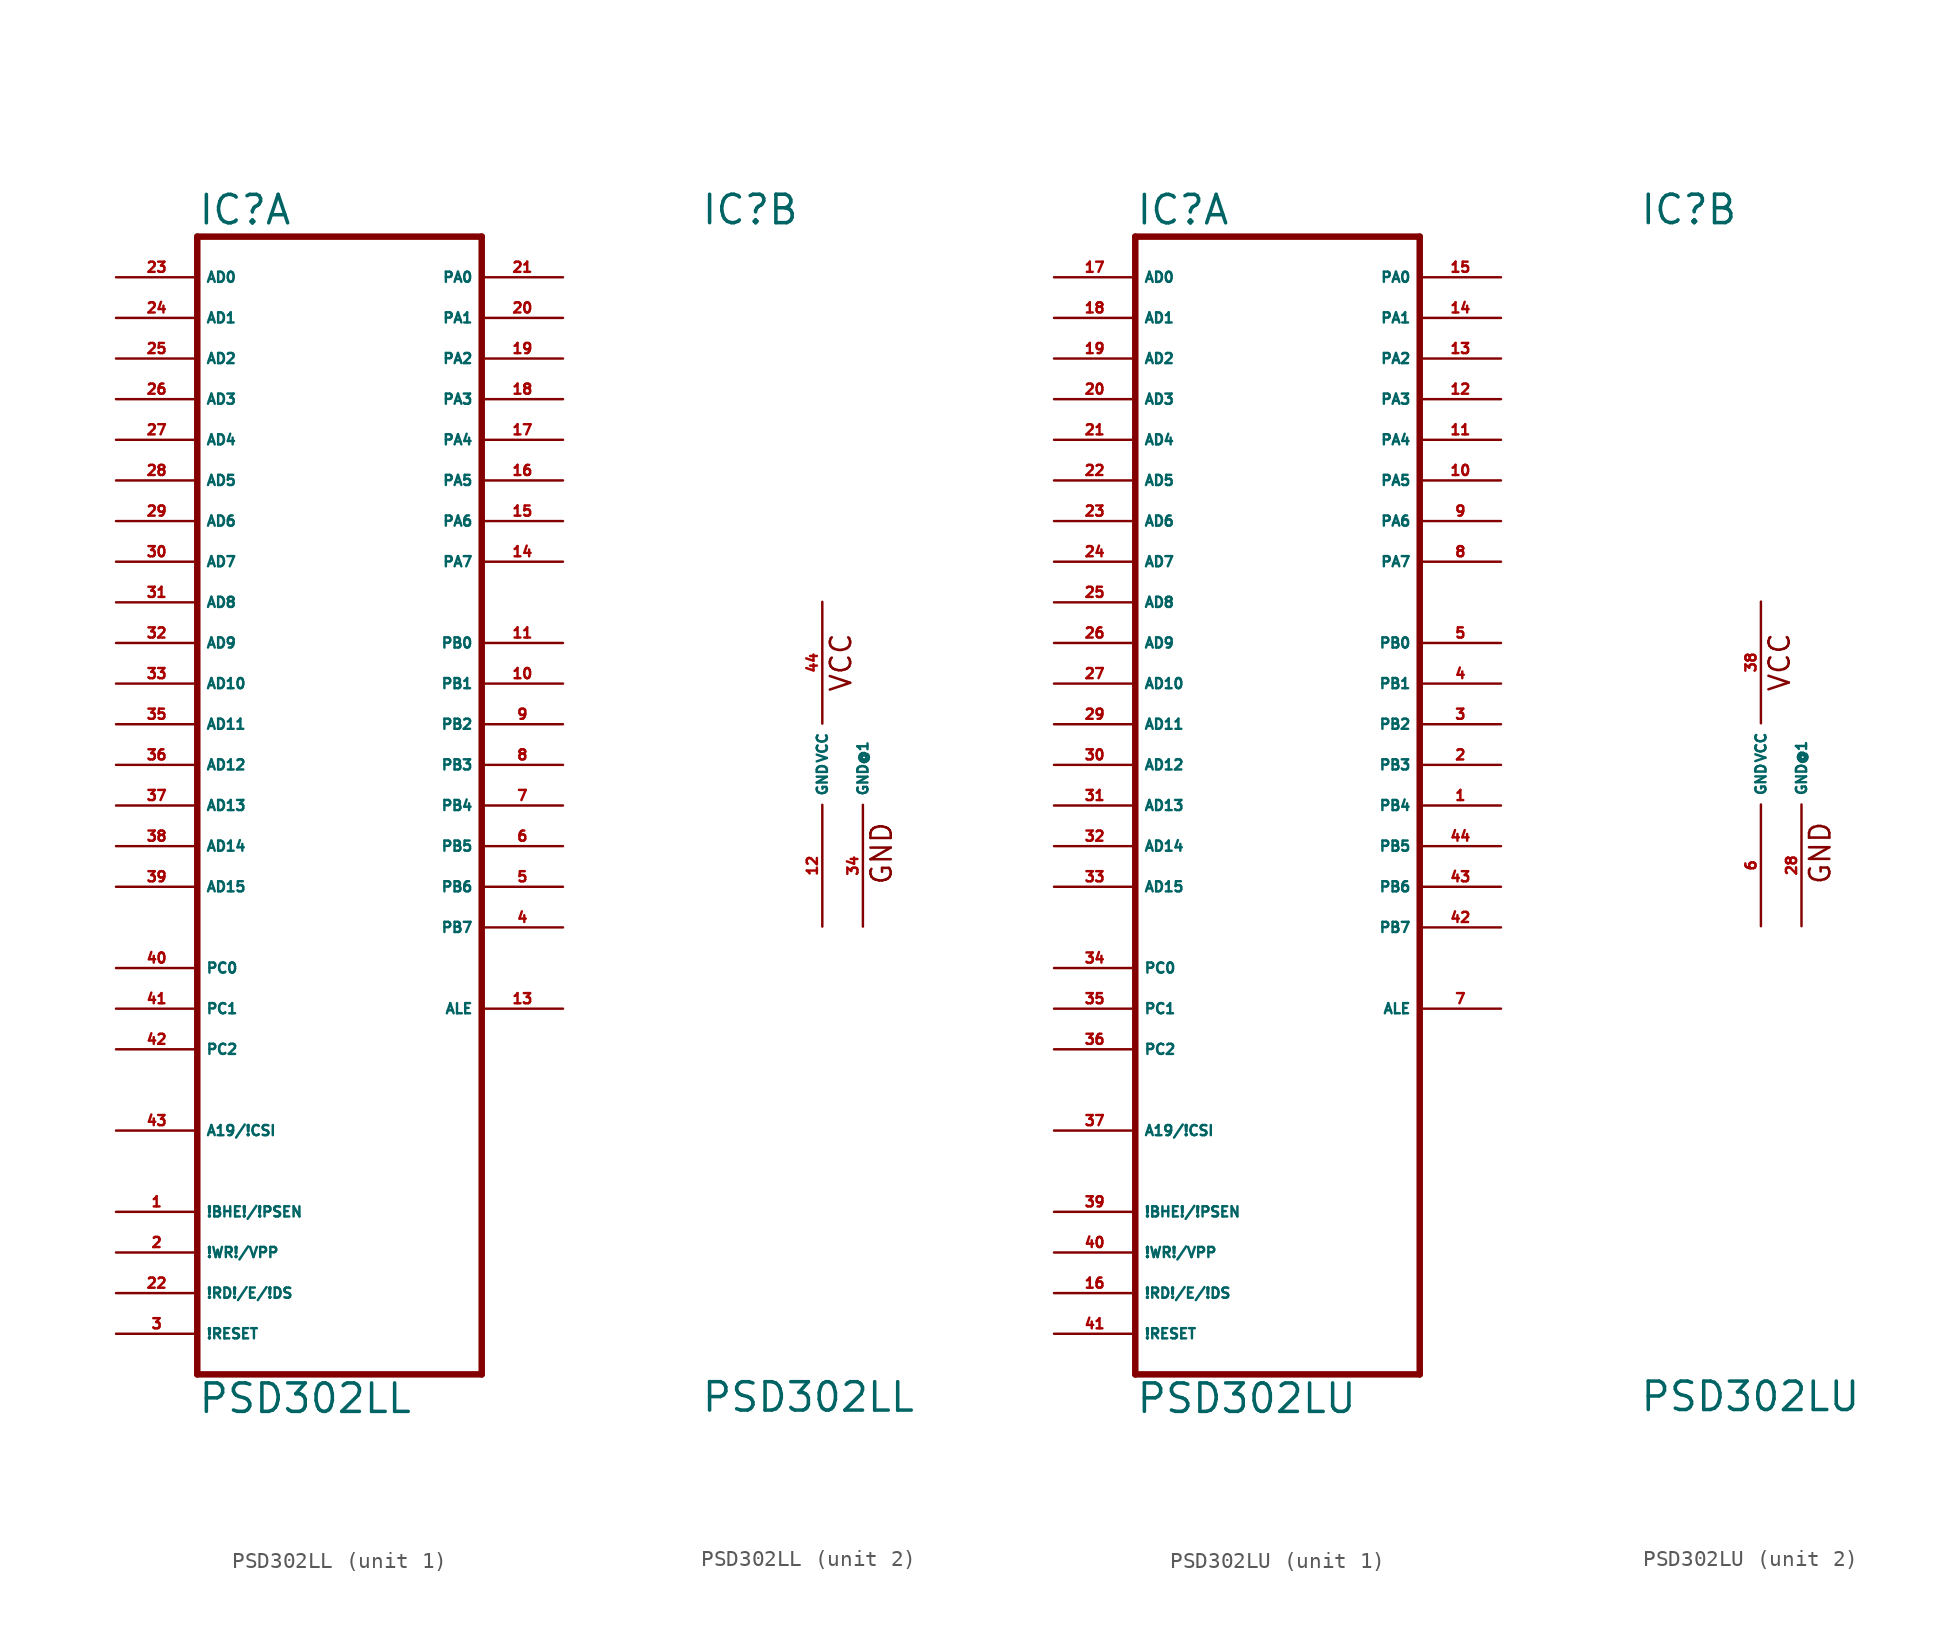
<source format=kicad_sym>
(kicad_symbol_lib
  (version 20220914)
  (generator Eagle2Kicad)
  (symbol "PSD302LL"
    (property "Reference" "IC"
      (at -7.62 33.655 0)
      (effects (font (size 1.778 1.778) (thickness 0.22)) (justify left bottom)))
    (property "Value" "PSD302LL"
      (at -7.62 -40.64 0)
      (effects (font (size 1.778 1.778) (thickness 0.22)) (justify left bottom)))
    (symbol "PSD302LL_1_0"
      (polyline (pts (xy -7.62 -38.1) (xy 10.16 -38.1)) (stroke (width 0.406) (type default)) (fill (type none)))
      (polyline (pts (xy 10.16 -38.1) (xy 10.16 33.02)) (stroke (width 0.406) (type default)) (fill (type none)))
      (polyline (pts (xy 10.16 33.02) (xy -7.62 33.02)) (stroke (width 0.406) (type default)) (fill (type none)))
      (polyline (pts (xy -7.62 33.02) (xy -7.62 -38.1)) (stroke (width 0.406) (type default)) (fill (type none)))
      (pin input line (at -12.7 30.48 0) (length 5.08) (name "AD0" (effects (font (size 0.635 0.635) (thickness 0.08)) (justify left bottom))) (number "23" (effects (font (size 0.635 0.635) (thickness 0.08)) (justify left bottom))))
      (pin input line (at -12.7 27.94 0) (length 5.08) (name "AD1" (effects (font (size 0.635 0.635) (thickness 0.08)) (justify left bottom))) (number "24" (effects (font (size 0.635 0.635) (thickness 0.08)) (justify left bottom))))
      (pin input line (at -12.7 25.4 0) (length 5.08) (name "AD2" (effects (font (size 0.635 0.635) (thickness 0.08)) (justify left bottom))) (number "25" (effects (font (size 0.635 0.635) (thickness 0.08)) (justify left bottom))))
      (pin input line (at -12.7 22.86 0) (length 5.08) (name "AD3" (effects (font (size 0.635 0.635) (thickness 0.08)) (justify left bottom))) (number "26" (effects (font (size 0.635 0.635) (thickness 0.08)) (justify left bottom))))
      (pin input line (at -12.7 20.32 0) (length 5.08) (name "AD4" (effects (font (size 0.635 0.635) (thickness 0.08)) (justify left bottom))) (number "27" (effects (font (size 0.635 0.635) (thickness 0.08)) (justify left bottom))))
      (pin input line (at -12.7 17.78 0) (length 5.08) (name "AD5" (effects (font (size 0.635 0.635) (thickness 0.08)) (justify left bottom))) (number "28" (effects (font (size 0.635 0.635) (thickness 0.08)) (justify left bottom))))
      (pin input line (at -12.7 15.24 0) (length 5.08) (name "AD6" (effects (font (size 0.635 0.635) (thickness 0.08)) (justify left bottom))) (number "29" (effects (font (size 0.635 0.635) (thickness 0.08)) (justify left bottom))))
      (pin input line (at -12.7 12.7 0) (length 5.08) (name "AD7" (effects (font (size 0.635 0.635) (thickness 0.08)) (justify left bottom))) (number "30" (effects (font (size 0.635 0.635) (thickness 0.08)) (justify left bottom))))
      (pin input line (at -12.7 10.16 0) (length 5.08) (name "AD8" (effects (font (size 0.635 0.635) (thickness 0.08)) (justify left bottom))) (number "31" (effects (font (size 0.635 0.635) (thickness 0.08)) (justify left bottom))))
      (pin input line (at -12.7 7.62 0) (length 5.08) (name "AD9" (effects (font (size 0.635 0.635) (thickness 0.08)) (justify left bottom))) (number "32" (effects (font (size 0.635 0.635) (thickness 0.08)) (justify left bottom))))
      (pin input line (at -12.7 5.08 0) (length 5.08) (name "AD10" (effects (font (size 0.635 0.635) (thickness 0.08)) (justify left bottom))) (number "33" (effects (font (size 0.635 0.635) (thickness 0.08)) (justify left bottom))))
      (pin input line (at -12.7 2.54 0) (length 5.08) (name "AD11" (effects (font (size 0.635 0.635) (thickness 0.08)) (justify left bottom))) (number "35" (effects (font (size 0.635 0.635) (thickness 0.08)) (justify left bottom))))
      (pin input line (at -12.7 0 0) (length 5.08) (name "AD12" (effects (font (size 0.635 0.635) (thickness 0.08)) (justify left bottom))) (number "36" (effects (font (size 0.635 0.635) (thickness 0.08)) (justify left bottom))))
      (pin input line (at -12.7 -2.54 0) (length 5.08) (name "AD13" (effects (font (size 0.635 0.635) (thickness 0.08)) (justify left bottom))) (number "37" (effects (font (size 0.635 0.635) (thickness 0.08)) (justify left bottom))))
      (pin input line (at -12.7 -5.08 0) (length 5.08) (name "AD14" (effects (font (size 0.635 0.635) (thickness 0.08)) (justify left bottom))) (number "38" (effects (font (size 0.635 0.635) (thickness 0.08)) (justify left bottom))))
      (pin input line (at -12.7 -7.62 0) (length 5.08) (name "AD15" (effects (font (size 0.635 0.635) (thickness 0.08)) (justify left bottom))) (number "39" (effects (font (size 0.635 0.635) (thickness 0.08)) (justify left bottom))))
      (pin input line (at -12.7 -12.7 0) (length 5.08) (name "PC0" (effects (font (size 0.635 0.635) (thickness 0.08)) (justify left bottom))) (number "40" (effects (font (size 0.635 0.635) (thickness 0.08)) (justify left bottom))))
      (pin input line (at -12.7 -15.24 0) (length 5.08) (name "PC1" (effects (font (size 0.635 0.635) (thickness 0.08)) (justify left bottom))) (number "41" (effects (font (size 0.635 0.635) (thickness 0.08)) (justify left bottom))))
      (pin input line (at -12.7 -17.78 0) (length 5.08) (name "PC2" (effects (font (size 0.635 0.635) (thickness 0.08)) (justify left bottom))) (number "42" (effects (font (size 0.635 0.635) (thickness 0.08)) (justify left bottom))))
      (pin input line (at -12.7 -22.86 0) (length 5.08) (name "A19/!CSI" (effects (font (size 0.635 0.635) (thickness 0.08)) (justify left bottom))) (number "43" (effects (font (size 0.635 0.635) (thickness 0.08)) (justify left bottom))))
      (pin bidirectional line (at 15.24 30.48 180) (length 5.08) (name "PA0" (effects (font (size 0.635 0.635) (thickness 0.08)) (justify left bottom))) (number "21" (effects (font (size 0.635 0.635) (thickness 0.08)) (justify left bottom))))
      (pin bidirectional line (at 15.24 27.94 180) (length 5.08) (name "PA1" (effects (font (size 0.635 0.635) (thickness 0.08)) (justify left bottom))) (number "20" (effects (font (size 0.635 0.635) (thickness 0.08)) (justify left bottom))))
      (pin bidirectional line (at 15.24 25.4 180) (length 5.08) (name "PA2" (effects (font (size 0.635 0.635) (thickness 0.08)) (justify left bottom))) (number "19" (effects (font (size 0.635 0.635) (thickness 0.08)) (justify left bottom))))
      (pin bidirectional line (at 15.24 22.86 180) (length 5.08) (name "PA3" (effects (font (size 0.635 0.635) (thickness 0.08)) (justify left bottom))) (number "18" (effects (font (size 0.635 0.635) (thickness 0.08)) (justify left bottom))))
      (pin bidirectional line (at 15.24 20.32 180) (length 5.08) (name "PA4" (effects (font (size 0.635 0.635) (thickness 0.08)) (justify left bottom))) (number "17" (effects (font (size 0.635 0.635) (thickness 0.08)) (justify left bottom))))
      (pin bidirectional line (at 15.24 17.78 180) (length 5.08) (name "PA5" (effects (font (size 0.635 0.635) (thickness 0.08)) (justify left bottom))) (number "16" (effects (font (size 0.635 0.635) (thickness 0.08)) (justify left bottom))))
      (pin bidirectional line (at 15.24 15.24 180) (length 5.08) (name "PA6" (effects (font (size 0.635 0.635) (thickness 0.08)) (justify left bottom))) (number "15" (effects (font (size 0.635 0.635) (thickness 0.08)) (justify left bottom))))
      (pin bidirectional line (at 15.24 12.7 180) (length 5.08) (name "PA7" (effects (font (size 0.635 0.635) (thickness 0.08)) (justify left bottom))) (number "14" (effects (font (size 0.635 0.635) (thickness 0.08)) (justify left bottom))))
      (pin output line (at 15.24 7.62 180) (length 5.08) (name "PB0" (effects (font (size 0.635 0.635) (thickness 0.08)) (justify left bottom))) (number "11" (effects (font (size 0.635 0.635) (thickness 0.08)) (justify left bottom))))
      (pin output line (at 15.24 5.08 180) (length 5.08) (name "PB1" (effects (font (size 0.635 0.635) (thickness 0.08)) (justify left bottom))) (number "10" (effects (font (size 0.635 0.635) (thickness 0.08)) (justify left bottom))))
      (pin output line (at 15.24 2.54 180) (length 5.08) (name "PB2" (effects (font (size 0.635 0.635) (thickness 0.08)) (justify left bottom))) (number "9" (effects (font (size 0.635 0.635) (thickness 0.08)) (justify left bottom))))
      (pin output line (at 15.24 0 180) (length 5.08) (name "PB3" (effects (font (size 0.635 0.635) (thickness 0.08)) (justify left bottom))) (number "8" (effects (font (size 0.635 0.635) (thickness 0.08)) (justify left bottom))))
      (pin output line (at 15.24 -2.54 180) (length 5.08) (name "PB4" (effects (font (size 0.635 0.635) (thickness 0.08)) (justify left bottom))) (number "7" (effects (font (size 0.635 0.635) (thickness 0.08)) (justify left bottom))))
      (pin output line (at 15.24 -5.08 180) (length 5.08) (name "PB5" (effects (font (size 0.635 0.635) (thickness 0.08)) (justify left bottom))) (number "6" (effects (font (size 0.635 0.635) (thickness 0.08)) (justify left bottom))))
      (pin output line (at 15.24 -7.62 180) (length 5.08) (name "PB6" (effects (font (size 0.635 0.635) (thickness 0.08)) (justify left bottom))) (number "5" (effects (font (size 0.635 0.635) (thickness 0.08)) (justify left bottom))))
      (pin output line (at 15.24 -10.16 180) (length 5.08) (name "PB7" (effects (font (size 0.635 0.635) (thickness 0.08)) (justify left bottom))) (number "4" (effects (font (size 0.635 0.635) (thickness 0.08)) (justify left bottom))))
      (pin output line (at 15.24 -15.24 180) (length 5.08) (name "ALE" (effects (font (size 0.635 0.635) (thickness 0.08)) (justify left bottom))) (number "13" (effects (font (size 0.635 0.635) (thickness 0.08)) (justify left bottom))))
      (pin input line (at -12.7 -27.94 0) (length 5.08) (name "!BHE!/!PSEN" (effects (font (size 0.635 0.635) (thickness 0.08)) (justify left bottom))) (number "1" (effects (font (size 0.635 0.635) (thickness 0.08)) (justify left bottom))))
      (pin input line (at -12.7 -30.48 0) (length 5.08) (name "!WR!/VPP" (effects (font (size 0.635 0.635) (thickness 0.08)) (justify left bottom))) (number "2" (effects (font (size 0.635 0.635) (thickness 0.08)) (justify left bottom))))
      (pin input line (at -12.7 -33.02 0) (length 5.08) (name "!RD!/E/!DS" (effects (font (size 0.635 0.635) (thickness 0.08)) (justify left bottom))) (number "22" (effects (font (size 0.635 0.635) (thickness 0.08)) (justify left bottom))))
      (pin input line (at -12.7 -35.56 0) (length 5.08) (name "!RESET" (effects (font (size 0.635 0.635) (thickness 0.08)) (justify left bottom))) (number "3" (effects (font (size 0.635 0.635) (thickness 0.08)) (justify left bottom)))))
    (symbol "PSD302LL_2_0"
      (text "VCC" (at 1.905 4.445 900) (effects (font (size 1.27 1.27) (thickness 0.16)) (justify left bottom)))
      (text "GND" (at 4.445 -7.62 900) (effects (font (size 1.27 1.27) (thickness 0.16)) (justify left bottom)))
      (pin unspecified line (at 0 10.16 270) (length 7.62) (name "VCC" (effects (font (size 0.635 0.635) (thickness 0.08)) (justify left bottom))) (number "44" (effects (font (size 0.635 0.635) (thickness 0.08)) (justify left bottom))))
      (pin unspecified line (at 0 -10.16 90) (length 7.62) (name "GND" (effects (font (size 0.635 0.635) (thickness 0.08)) (justify left bottom))) (number "12" (effects (font (size 0.635 0.635) (thickness 0.08)) (justify left bottom))))
      (pin unspecified line (at 2.54 -10.16 90) (length 7.62) (name "GND@1" (effects (font (size 0.635 0.635) (thickness 0.08)) (justify left bottom))) (number "34" (effects (font (size 0.635 0.635) (thickness 0.08)) (justify left bottom))))))
  (symbol "PSD302LU"
    (property "Reference" "IC"
      (at -7.62 33.655 0)
      (effects (font (size 1.778 1.778) (thickness 0.22)) (justify left bottom)))
    (property "Value" "PSD302LU"
      (at -7.62 -40.64 0)
      (effects (font (size 1.778 1.778) (thickness 0.22)) (justify left bottom)))
    (symbol "PSD302LU_1_0"
      (polyline (pts (xy -7.62 -38.1) (xy 10.16 -38.1)) (stroke (width 0.406) (type default)) (fill (type none)))
      (polyline (pts (xy 10.16 -38.1) (xy 10.16 33.02)) (stroke (width 0.406) (type default)) (fill (type none)))
      (polyline (pts (xy 10.16 33.02) (xy -7.62 33.02)) (stroke (width 0.406) (type default)) (fill (type none)))
      (polyline (pts (xy -7.62 33.02) (xy -7.62 -38.1)) (stroke (width 0.406) (type default)) (fill (type none)))
      (pin input line (at -12.7 30.48 0) (length 5.08) (name "AD0" (effects (font (size 0.635 0.635) (thickness 0.08)) (justify left bottom))) (number "17" (effects (font (size 0.635 0.635) (thickness 0.08)) (justify left bottom))))
      (pin input line (at -12.7 27.94 0) (length 5.08) (name "AD1" (effects (font (size 0.635 0.635) (thickness 0.08)) (justify left bottom))) (number "18" (effects (font (size 0.635 0.635) (thickness 0.08)) (justify left bottom))))
      (pin input line (at -12.7 25.4 0) (length 5.08) (name "AD2" (effects (font (size 0.635 0.635) (thickness 0.08)) (justify left bottom))) (number "19" (effects (font (size 0.635 0.635) (thickness 0.08)) (justify left bottom))))
      (pin input line (at -12.7 22.86 0) (length 5.08) (name "AD3" (effects (font (size 0.635 0.635) (thickness 0.08)) (justify left bottom))) (number "20" (effects (font (size 0.635 0.635) (thickness 0.08)) (justify left bottom))))
      (pin input line (at -12.7 20.32 0) (length 5.08) (name "AD4" (effects (font (size 0.635 0.635) (thickness 0.08)) (justify left bottom))) (number "21" (effects (font (size 0.635 0.635) (thickness 0.08)) (justify left bottom))))
      (pin input line (at -12.7 17.78 0) (length 5.08) (name "AD5" (effects (font (size 0.635 0.635) (thickness 0.08)) (justify left bottom))) (number "22" (effects (font (size 0.635 0.635) (thickness 0.08)) (justify left bottom))))
      (pin input line (at -12.7 15.24 0) (length 5.08) (name "AD6" (effects (font (size 0.635 0.635) (thickness 0.08)) (justify left bottom))) (number "23" (effects (font (size 0.635 0.635) (thickness 0.08)) (justify left bottom))))
      (pin input line (at -12.7 12.7 0) (length 5.08) (name "AD7" (effects (font (size 0.635 0.635) (thickness 0.08)) (justify left bottom))) (number "24" (effects (font (size 0.635 0.635) (thickness 0.08)) (justify left bottom))))
      (pin input line (at -12.7 10.16 0) (length 5.08) (name "AD8" (effects (font (size 0.635 0.635) (thickness 0.08)) (justify left bottom))) (number "25" (effects (font (size 0.635 0.635) (thickness 0.08)) (justify left bottom))))
      (pin input line (at -12.7 7.62 0) (length 5.08) (name "AD9" (effects (font (size 0.635 0.635) (thickness 0.08)) (justify left bottom))) (number "26" (effects (font (size 0.635 0.635) (thickness 0.08)) (justify left bottom))))
      (pin input line (at -12.7 5.08 0) (length 5.08) (name "AD10" (effects (font (size 0.635 0.635) (thickness 0.08)) (justify left bottom))) (number "27" (effects (font (size 0.635 0.635) (thickness 0.08)) (justify left bottom))))
      (pin input line (at -12.7 2.54 0) (length 5.08) (name "AD11" (effects (font (size 0.635 0.635) (thickness 0.08)) (justify left bottom))) (number "29" (effects (font (size 0.635 0.635) (thickness 0.08)) (justify left bottom))))
      (pin input line (at -12.7 0 0) (length 5.08) (name "AD12" (effects (font (size 0.635 0.635) (thickness 0.08)) (justify left bottom))) (number "30" (effects (font (size 0.635 0.635) (thickness 0.08)) (justify left bottom))))
      (pin input line (at -12.7 -2.54 0) (length 5.08) (name "AD13" (effects (font (size 0.635 0.635) (thickness 0.08)) (justify left bottom))) (number "31" (effects (font (size 0.635 0.635) (thickness 0.08)) (justify left bottom))))
      (pin input line (at -12.7 -5.08 0) (length 5.08) (name "AD14" (effects (font (size 0.635 0.635) (thickness 0.08)) (justify left bottom))) (number "32" (effects (font (size 0.635 0.635) (thickness 0.08)) (justify left bottom))))
      (pin input line (at -12.7 -7.62 0) (length 5.08) (name "AD15" (effects (font (size 0.635 0.635) (thickness 0.08)) (justify left bottom))) (number "33" (effects (font (size 0.635 0.635) (thickness 0.08)) (justify left bottom))))
      (pin input line (at -12.7 -12.7 0) (length 5.08) (name "PC0" (effects (font (size 0.635 0.635) (thickness 0.08)) (justify left bottom))) (number "34" (effects (font (size 0.635 0.635) (thickness 0.08)) (justify left bottom))))
      (pin input line (at -12.7 -15.24 0) (length 5.08) (name "PC1" (effects (font (size 0.635 0.635) (thickness 0.08)) (justify left bottom))) (number "35" (effects (font (size 0.635 0.635) (thickness 0.08)) (justify left bottom))))
      (pin input line (at -12.7 -17.78 0) (length 5.08) (name "PC2" (effects (font (size 0.635 0.635) (thickness 0.08)) (justify left bottom))) (number "36" (effects (font (size 0.635 0.635) (thickness 0.08)) (justify left bottom))))
      (pin input line (at -12.7 -22.86 0) (length 5.08) (name "A19/!CSI" (effects (font (size 0.635 0.635) (thickness 0.08)) (justify left bottom))) (number "37" (effects (font (size 0.635 0.635) (thickness 0.08)) (justify left bottom))))
      (pin bidirectional line (at 15.24 30.48 180) (length 5.08) (name "PA0" (effects (font (size 0.635 0.635) (thickness 0.08)) (justify left bottom))) (number "15" (effects (font (size 0.635 0.635) (thickness 0.08)) (justify left bottom))))
      (pin bidirectional line (at 15.24 27.94 180) (length 5.08) (name "PA1" (effects (font (size 0.635 0.635) (thickness 0.08)) (justify left bottom))) (number "14" (effects (font (size 0.635 0.635) (thickness 0.08)) (justify left bottom))))
      (pin bidirectional line (at 15.24 25.4 180) (length 5.08) (name "PA2" (effects (font (size 0.635 0.635) (thickness 0.08)) (justify left bottom))) (number "13" (effects (font (size 0.635 0.635) (thickness 0.08)) (justify left bottom))))
      (pin bidirectional line (at 15.24 22.86 180) (length 5.08) (name "PA3" (effects (font (size 0.635 0.635) (thickness 0.08)) (justify left bottom))) (number "12" (effects (font (size 0.635 0.635) (thickness 0.08)) (justify left bottom))))
      (pin bidirectional line (at 15.24 20.32 180) (length 5.08) (name "PA4" (effects (font (size 0.635 0.635) (thickness 0.08)) (justify left bottom))) (number "11" (effects (font (size 0.635 0.635) (thickness 0.08)) (justify left bottom))))
      (pin bidirectional line (at 15.24 17.78 180) (length 5.08) (name "PA5" (effects (font (size 0.635 0.635) (thickness 0.08)) (justify left bottom))) (number "10" (effects (font (size 0.635 0.635) (thickness 0.08)) (justify left bottom))))
      (pin bidirectional line (at 15.24 15.24 180) (length 5.08) (name "PA6" (effects (font (size 0.635 0.635) (thickness 0.08)) (justify left bottom))) (number "9" (effects (font (size 0.635 0.635) (thickness 0.08)) (justify left bottom))))
      (pin bidirectional line (at 15.24 12.7 180) (length 5.08) (name "PA7" (effects (font (size 0.635 0.635) (thickness 0.08)) (justify left bottom))) (number "8" (effects (font (size 0.635 0.635) (thickness 0.08)) (justify left bottom))))
      (pin output line (at 15.24 7.62 180) (length 5.08) (name "PB0" (effects (font (size 0.635 0.635) (thickness 0.08)) (justify left bottom))) (number "5" (effects (font (size 0.635 0.635) (thickness 0.08)) (justify left bottom))))
      (pin output line (at 15.24 5.08 180) (length 5.08) (name "PB1" (effects (font (size 0.635 0.635) (thickness 0.08)) (justify left bottom))) (number "4" (effects (font (size 0.635 0.635) (thickness 0.08)) (justify left bottom))))
      (pin output line (at 15.24 2.54 180) (length 5.08) (name "PB2" (effects (font (size 0.635 0.635) (thickness 0.08)) (justify left bottom))) (number "3" (effects (font (size 0.635 0.635) (thickness 0.08)) (justify left bottom))))
      (pin output line (at 15.24 0 180) (length 5.08) (name "PB3" (effects (font (size 0.635 0.635) (thickness 0.08)) (justify left bottom))) (number "2" (effects (font (size 0.635 0.635) (thickness 0.08)) (justify left bottom))))
      (pin output line (at 15.24 -2.54 180) (length 5.08) (name "PB4" (effects (font (size 0.635 0.635) (thickness 0.08)) (justify left bottom))) (number "1" (effects (font (size 0.635 0.635) (thickness 0.08)) (justify left bottom))))
      (pin output line (at 15.24 -5.08 180) (length 5.08) (name "PB5" (effects (font (size 0.635 0.635) (thickness 0.08)) (justify left bottom))) (number "44" (effects (font (size 0.635 0.635) (thickness 0.08)) (justify left bottom))))
      (pin output line (at 15.24 -7.62 180) (length 5.08) (name "PB6" (effects (font (size 0.635 0.635) (thickness 0.08)) (justify left bottom))) (number "43" (effects (font (size 0.635 0.635) (thickness 0.08)) (justify left bottom))))
      (pin output line (at 15.24 -10.16 180) (length 5.08) (name "PB7" (effects (font (size 0.635 0.635) (thickness 0.08)) (justify left bottom))) (number "42" (effects (font (size 0.635 0.635) (thickness 0.08)) (justify left bottom))))
      (pin output line (at 15.24 -15.24 180) (length 5.08) (name "ALE" (effects (font (size 0.635 0.635) (thickness 0.08)) (justify left bottom))) (number "7" (effects (font (size 0.635 0.635) (thickness 0.08)) (justify left bottom))))
      (pin input line (at -12.7 -27.94 0) (length 5.08) (name "!BHE!/!PSEN" (effects (font (size 0.635 0.635) (thickness 0.08)) (justify left bottom))) (number "39" (effects (font (size 0.635 0.635) (thickness 0.08)) (justify left bottom))))
      (pin input line (at -12.7 -30.48 0) (length 5.08) (name "!WR!/VPP" (effects (font (size 0.635 0.635) (thickness 0.08)) (justify left bottom))) (number "40" (effects (font (size 0.635 0.635) (thickness 0.08)) (justify left bottom))))
      (pin input line (at -12.7 -33.02 0) (length 5.08) (name "!RD!/E/!DS" (effects (font (size 0.635 0.635) (thickness 0.08)) (justify left bottom))) (number "16" (effects (font (size 0.635 0.635) (thickness 0.08)) (justify left bottom))))
      (pin input line (at -12.7 -35.56 0) (length 5.08) (name "!RESET" (effects (font (size 0.635 0.635) (thickness 0.08)) (justify left bottom))) (number "41" (effects (font (size 0.635 0.635) (thickness 0.08)) (justify left bottom)))))
    (symbol "PSD302LU_2_0"
      (text "VCC" (at 1.905 4.445 900) (effects (font (size 1.27 1.27) (thickness 0.16)) (justify left bottom)))
      (text "GND" (at 4.445 -7.62 900) (effects (font (size 1.27 1.27) (thickness 0.16)) (justify left bottom)))
      (pin unspecified line (at 0 10.16 270) (length 7.62) (name "VCC" (effects (font (size 0.635 0.635) (thickness 0.08)) (justify left bottom))) (number "38" (effects (font (size 0.635 0.635) (thickness 0.08)) (justify left bottom))))
      (pin unspecified line (at 0 -10.16 90) (length 7.62) (name "GND" (effects (font (size 0.635 0.635) (thickness 0.08)) (justify left bottom))) (number "6" (effects (font (size 0.635 0.635) (thickness 0.08)) (justify left bottom))))
      (pin unspecified line (at 2.54 -10.16 90) (length 7.62) (name "GND@1" (effects (font (size 0.635 0.635) (thickness 0.08)) (justify left bottom))) (number "28" (effects (font (size 0.635 0.635) (thickness 0.08)) (justify left bottom)))))))
</source>
